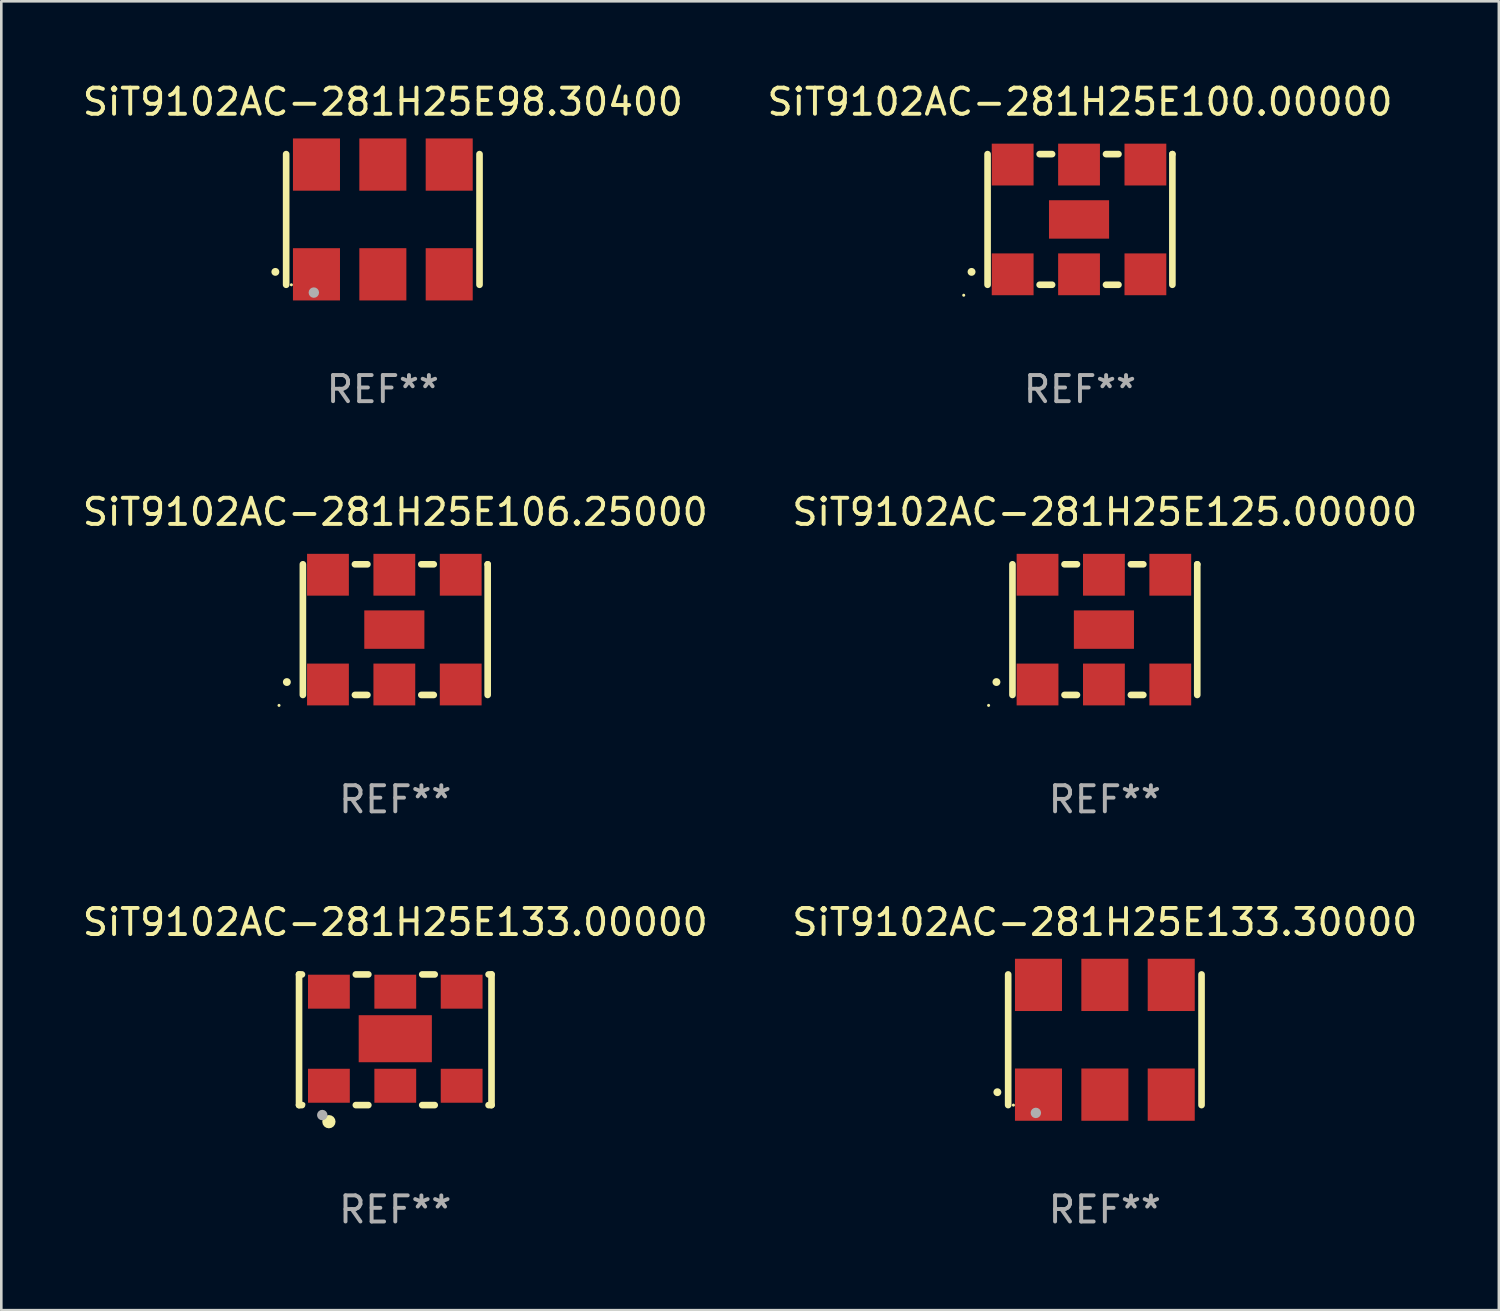
<source format=kicad_pcb>
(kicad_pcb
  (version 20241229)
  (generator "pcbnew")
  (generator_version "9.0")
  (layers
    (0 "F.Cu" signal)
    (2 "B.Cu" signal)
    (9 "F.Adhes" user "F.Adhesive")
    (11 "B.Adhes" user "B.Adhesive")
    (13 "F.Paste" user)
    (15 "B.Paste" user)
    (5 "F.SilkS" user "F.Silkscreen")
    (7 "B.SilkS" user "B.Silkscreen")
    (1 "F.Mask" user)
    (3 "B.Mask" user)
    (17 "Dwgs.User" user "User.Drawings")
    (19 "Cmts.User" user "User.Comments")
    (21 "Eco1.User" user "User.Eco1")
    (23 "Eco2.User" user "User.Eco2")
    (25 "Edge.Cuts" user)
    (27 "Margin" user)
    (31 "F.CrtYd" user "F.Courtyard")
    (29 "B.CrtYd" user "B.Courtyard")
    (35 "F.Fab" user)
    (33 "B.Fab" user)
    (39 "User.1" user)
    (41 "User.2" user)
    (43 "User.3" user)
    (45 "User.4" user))
  (footprint "SiT9102AC-281H25E100.00000"
    (layer "F.Cu")
    (at 38.28 5.348)
    (property "Reference" "SiT9102AC-281H25E100.00000" (at 0 -4.5 0) (layer "F.SilkS") (effects (font (size 1 1) (thickness 0.15))))
    (attr through_hole)
    (fp_line (start -3.536 -2.5) (end -3.536 2.5) (stroke (width 0.254) (type solid)) (layer "F.SilkS"))
    (fp_line (start -1.544 2.5) (end -1.067 2.5) (stroke (width 0.254) (type solid)) (layer "F.SilkS"))
    (fp_line (start -1.067 -2.5) (end -1.544 -2.5) (stroke (width 0.254) (type solid)) (layer "F.SilkS"))
    (fp_line (start 0.996 2.5) (end 1.473 2.5) (stroke (width 0.254) (type solid)) (layer "F.SilkS"))
    (fp_line (start 1.473 -2.5) (end 0.996 -2.5) (stroke (width 0.254) (type solid)) (layer "F.SilkS"))
    (fp_line (start 3.536 -2.5) (end 3.536 -2.5) (stroke (width 0.254) (type solid)) (layer "F.SilkS"))
    (fp_line (start 3.536 2.5) (end 3.536 -2.5) (stroke (width 0.254) (type solid)) (layer "F.SilkS"))
    (fp_arc (start -4.150432 2.006604) (mid -4.149162 2.006599) (end -4.147892 2.006604) (stroke (width 0.3) (type solid)) (layer "F.SilkS"))
    (fp_circle (center -4.449 2.9) (end -4.419 2.9) (stroke (width 0.06) (type solid)) (fill no) (layer "F.SilkS"))
    (fp_text user "REF**" (at 0 6.5 0) (layer "F.Fab") (effects (font (size 1 1) (thickness 0.15))))
    (pad "1" smd rect (at -2.576 2.1) (size 1.6 1.6) (layers "F.Cu" "F.Mask" "F.Paste"))
    (pad "2" smd rect (at -0.036 2.1) (size 1.6 1.6) (layers "F.Cu" "F.Mask" "F.Paste"))
    (pad "3" smd rect (at 2.504 2.1) (size 1.6 1.6) (layers "F.Cu" "F.Mask" "F.Paste"))
    (pad "4" smd rect (at 2.504 -2.1) (size 1.6 1.6) (layers "F.Cu" "F.Mask" "F.Paste"))
    (pad "5" smd rect (at -0.036 -2.1) (size 1.6 1.6) (layers "F.Cu" "F.Mask" "F.Paste"))
    (pad "6" smd rect (at -2.576 -2.1) (size 1.6 1.6) (layers "F.Cu" "F.Mask" "F.Paste"))
    (pad "7" smd rect (at -0.036 0) (size 2.3 1.47) (layers "F.Cu" "F.Mask" "F.Paste")))
  (footprint "SiT9102AC-281H25E98.30400"
    (layer "F.Cu")
    (at 11.601 5.348)
    (property "Reference" "SiT9102AC-281H25E98.30400" (at 0 -4.5 0) (layer "F.SilkS") (effects (font (size 1 1) (thickness 0.15))))
    (attr through_hole)
    (fp_line (start -3.7 -2.5) (end -3.7 2.5) (stroke (width 0.254) (type solid)) (layer "F.SilkS"))
    (fp_line (start 3.7 -2.5) (end 3.7 2.5) (stroke (width 0.254) (type solid)) (layer "F.SilkS"))
    (fp_arc (start -4.114415 2.006604) (mid -4.113145 2.006599) (end -4.111875 2.006604) (stroke (width 0.3) (type solid)) (layer "F.SilkS"))
    (fp_circle (center -3.5 2.501) (end -3.47 2.501) (stroke (width 0.06) (type solid)) (fill no) (layer "F.SilkS"))
    (fp_circle (center -2.641 2.799) (end -2.541 2.799) (stroke (width 0.2) (type solid)) (fill no) (layer "F.Fab"))
    (fp_text user "REF**" (at 0 6.5 0) (layer "F.Fab") (effects (font (size 1 1) (thickness 0.15))))
    (pad "1" smd rect (at -2.54 2.1) (size 1.8 2) (layers "F.Cu" "F.Mask" "F.Paste"))
    (pad "2" smd rect (at 0.000394 2.1) (size 1.8 2) (layers "F.Cu" "F.Mask" "F.Paste"))
    (pad "3" smd rect (at 2.54 2.1) (size 1.8 2) (layers "F.Cu" "F.Mask" "F.Paste"))
    (pad "4" smd rect (at 2.54 -2.1) (size 1.8 2) (layers "F.Cu" "F.Mask" "F.Paste"))
    (pad "5" smd rect (at 0.000394 -2.1) (size 1.8 2) (layers "F.Cu" "F.Mask" "F.Paste"))
    (pad "6" smd rect (at -2.54 -2.1) (size 1.8 2) (layers "F.Cu" "F.Mask" "F.Paste")))
  (footprint "SiT9102AC-281H25E125.00000"
    (layer "F.Cu")
    (at 39.232 21.045)
    (property "Reference" "SiT9102AC-281H25E125.00000" (at 0 -4.5 0) (layer "F.SilkS") (effects (font (size 1 1) (thickness 0.15))))
    (attr through_hole)
    (fp_line (start -3.536 -2.5) (end -3.536 2.5) (stroke (width 0.254) (type solid)) (layer "F.SilkS"))
    (fp_line (start -1.544 2.5) (end -1.067 2.5) (stroke (width 0.254) (type solid)) (layer "F.SilkS"))
    (fp_line (start -1.067 -2.5) (end -1.544 -2.5) (stroke (width 0.254) (type solid)) (layer "F.SilkS"))
    (fp_line (start 0.996 2.5) (end 1.473 2.5) (stroke (width 0.254) (type solid)) (layer "F.SilkS"))
    (fp_line (start 1.473 -2.5) (end 0.996 -2.5) (stroke (width 0.254) (type solid)) (layer "F.SilkS"))
    (fp_line (start 3.536 -2.5) (end 3.536 -2.5) (stroke (width 0.254) (type solid)) (layer "F.SilkS"))
    (fp_line (start 3.536 2.5) (end 3.536 -2.5) (stroke (width 0.254) (type solid)) (layer "F.SilkS"))
    (fp_arc (start -4.150432 2.006604) (mid -4.149162 2.006599) (end -4.147892 2.006604) (stroke (width 0.3) (type solid)) (layer "F.SilkS"))
    (fp_circle (center -4.449 2.9) (end -4.419 2.9) (stroke (width 0.06) (type solid)) (fill no) (layer "F.SilkS"))
    (fp_text user "REF**" (at 0 6.5 0) (layer "F.Fab") (effects (font (size 1 1) (thickness 0.15))))
    (pad "1" smd rect (at -2.576 2.1) (size 1.6 1.6) (layers "F.Cu" "F.Mask" "F.Paste"))
    (pad "2" smd rect (at -0.036 2.1) (size 1.6 1.6) (layers "F.Cu" "F.Mask" "F.Paste"))
    (pad "3" smd rect (at 2.504 2.1) (size 1.6 1.6) (layers "F.Cu" "F.Mask" "F.Paste"))
    (pad "4" smd rect (at 2.504 -2.1) (size 1.6 1.6) (layers "F.Cu" "F.Mask" "F.Paste"))
    (pad "5" smd rect (at -0.036 -2.1) (size 1.6 1.6) (layers "F.Cu" "F.Mask" "F.Paste"))
    (pad "6" smd rect (at -2.576 -2.1) (size 1.6 1.6) (layers "F.Cu" "F.Mask" "F.Paste"))
    (pad "7" smd rect (at -0.036 0) (size 2.3 1.47) (layers "F.Cu" "F.Mask" "F.Paste")))
  (footprint "SiT9102AC-281H25E133.00000"
    (layer "F.Cu")
    (at 12.077 36.741)
    (property "Reference" "SiT9102AC-281H25E133.00000" (at 0 -4.5 0) (layer "F.SilkS") (effects (font (size 1 1) (thickness 0.15))))
    (attr through_hole)
    (fp_line (start -3.683 -2.5) (end -3.571 -2.5) (stroke (width 0.254) (type solid)) (layer "F.SilkS"))
    (fp_line (start -3.683 2.5) (end -3.683 -2.5) (stroke (width 0.254) (type solid)) (layer "F.SilkS"))
    (fp_line (start -3.683 2.5) (end -3.571 2.5) (stroke (width 0.254) (type solid)) (layer "F.SilkS"))
    (fp_line (start -1.509 -2.5) (end -1.031 -2.5) (stroke (width 0.254) (type solid)) (layer "F.SilkS"))
    (fp_line (start -1.509 2.5) (end -1.031 2.5) (stroke (width 0.254) (type solid)) (layer "F.SilkS"))
    (fp_line (start 1.031 -2.5) (end 1.509 -2.5) (stroke (width 0.254) (type solid)) (layer "F.SilkS"))
    (fp_line (start 1.031 2.5) (end 1.509 2.5) (stroke (width 0.254) (type solid)) (layer "F.SilkS"))
    (fp_line (start 3.571 -2.5) (end 3.683 -2.5) (stroke (width 0.254) (type solid)) (layer "F.SilkS"))
    (fp_line (start 3.571 2.5) (end 3.683 2.5) (stroke (width 0.254) (type solid)) (layer "F.SilkS"))
    (fp_line (start 3.683 2.5) (end 3.683 -2.5) (stroke (width 0.254) (type solid)) (layer "F.SilkS"))
    (fp_circle (center -3.5 2.46) (end -3.47 2.46) (stroke (width 0.06) (type solid)) (fill no) (layer "F.SilkS"))
    (fp_circle (center -2.54 3.135) (end -2.413 3.135) (stroke (width 0.254) (type solid)) (fill no) (layer "F.SilkS"))
    (fp_circle (center -2.794 2.881) (end -2.694 2.881) (stroke (width 0.2) (type solid)) (fill no) (layer "F.Fab"))
    (fp_text user "REF**" (at 0 6.5 0) (layer "F.Fab") (effects (font (size 1 1) (thickness 0.15))))
    (pad "1" smd rect (at -2.54 1.76) (size 1.6 1.3) (layers "F.Cu" "F.Mask" "F.Paste"))
    (pad "2" smd rect (at 0 1.76) (size 1.6 1.3) (layers "F.Cu" "F.Mask" "F.Paste"))
    (pad "3" smd rect (at 2.54 1.76) (size 1.6 1.3) (layers "F.Cu" "F.Mask" "F.Paste"))
    (pad "4" smd rect (at 2.54 -1.84) (size 1.6 1.3) (layers "F.Cu" "F.Mask" "F.Paste"))
    (pad "5" smd rect (at 0 -1.84) (size 1.6 1.3) (layers "F.Cu" "F.Mask" "F.Paste"))
    (pad "6" smd rect (at -2.54 -1.84) (size 1.6 1.3) (layers "F.Cu" "F.Mask" "F.Paste"))
    (pad "7" smd rect (at 0 -0.04) (size 2.8 1.8) (layers "F.Cu" "F.Mask" "F.Paste")))
  (footprint "SiT9102AC-281H25E106.25000"
    (layer "F.Cu")
    (at 12.077 21.045)
    (property "Reference" "SiT9102AC-281H25E106.25000" (at 0 -4.5 0) (layer "F.SilkS") (effects (font (size 1 1) (thickness 0.15))))
    (attr through_hole)
    (fp_line (start -3.536 -2.5) (end -3.536 2.5) (stroke (width 0.254) (type solid)) (layer "F.SilkS"))
    (fp_line (start -1.544 2.5) (end -1.067 2.5) (stroke (width 0.254) (type solid)) (layer "F.SilkS"))
    (fp_line (start -1.067 -2.5) (end -1.544 -2.5) (stroke (width 0.254) (type solid)) (layer "F.SilkS"))
    (fp_line (start 0.996 2.5) (end 1.473 2.5) (stroke (width 0.254) (type solid)) (layer "F.SilkS"))
    (fp_line (start 1.473 -2.5) (end 0.996 -2.5) (stroke (width 0.254) (type solid)) (layer "F.SilkS"))
    (fp_line (start 3.536 -2.5) (end 3.536 -2.5) (stroke (width 0.254) (type solid)) (layer "F.SilkS"))
    (fp_line (start 3.536 2.5) (end 3.536 -2.5) (stroke (width 0.254) (type solid)) (layer "F.SilkS"))
    (fp_arc (start -4.150432 2.006604) (mid -4.149162 2.006599) (end -4.147892 2.006604) (stroke (width 0.3) (type solid)) (layer "F.SilkS"))
    (fp_circle (center -4.449 2.9) (end -4.419 2.9) (stroke (width 0.06) (type solid)) (fill no) (layer "F.SilkS"))
    (fp_text user "REF**" (at 0 6.5 0) (layer "F.Fab") (effects (font (size 1 1) (thickness 0.15))))
    (pad "1" smd rect (at -2.576 2.1) (size 1.6 1.6) (layers "F.Cu" "F.Mask" "F.Paste"))
    (pad "2" smd rect (at -0.036 2.1) (size 1.6 1.6) (layers "F.Cu" "F.Mask" "F.Paste"))
    (pad "3" smd rect (at 2.504 2.1) (size 1.6 1.6) (layers "F.Cu" "F.Mask" "F.Paste"))
    (pad "4" smd rect (at 2.504 -2.1) (size 1.6 1.6) (layers "F.Cu" "F.Mask" "F.Paste"))
    (pad "5" smd rect (at -0.036 -2.1) (size 1.6 1.6) (layers "F.Cu" "F.Mask" "F.Paste"))
    (pad "6" smd rect (at -2.576 -2.1) (size 1.6 1.6) (layers "F.Cu" "F.Mask" "F.Paste"))
    (pad "7" smd rect (at -0.036 0) (size 2.3 1.47) (layers "F.Cu" "F.Mask" "F.Paste")))
  (footprint "SiT9102AC-281H25E133.30000"
    (layer "F.Cu")
    (at 39.232 36.741)
    (property "Reference" "SiT9102AC-281H25E133.30000" (at 0 -4.5 0) (layer "F.SilkS") (effects (font (size 1 1) (thickness 0.15))))
    (attr through_hole)
    (fp_line (start -3.7 -2.5) (end -3.7 2.5) (stroke (width 0.254) (type solid)) (layer "F.SilkS"))
    (fp_line (start 3.7 -2.5) (end 3.7 2.5) (stroke (width 0.254) (type solid)) (layer "F.SilkS"))
    (fp_arc (start -4.114415 2.006604) (mid -4.113145 2.006599) (end -4.111875 2.006604) (stroke (width 0.3) (type solid)) (layer "F.SilkS"))
    (fp_circle (center -3.5 2.501) (end -3.47 2.501) (stroke (width 0.06) (type solid)) (fill no) (layer "F.SilkS"))
    (fp_circle (center -2.641 2.799) (end -2.541 2.799) (stroke (width 0.2) (type solid)) (fill no) (layer "F.Fab"))
    (fp_text user "REF**" (at 0 6.5 0) (layer "F.Fab") (effects (font (size 1 1) (thickness 0.15))))
    (pad "1" smd rect (at -2.54 2.1) (size 1.8 2) (layers "F.Cu" "F.Mask" "F.Paste"))
    (pad "2" smd rect (at 0.000394 2.1) (size 1.8 2) (layers "F.Cu" "F.Mask" "F.Paste"))
    (pad "3" smd rect (at 2.54 2.1) (size 1.8 2) (layers "F.Cu" "F.Mask" "F.Paste"))
    (pad "4" smd rect (at 2.54 -2.1) (size 1.8 2) (layers "F.Cu" "F.Mask" "F.Paste"))
    (pad "5" smd rect (at 0.000394 -2.1) (size 1.8 2) (layers "F.Cu" "F.Mask" "F.Paste"))
    (pad "6" smd rect (at -2.54 -2.1) (size 1.8 2) (layers "F.Cu" "F.Mask" "F.Paste")))
  (gr_rect
    (start -3 -3)
    (end 54.31 47.09)
    (stroke (width 0.1) (type default))
    (fill no)
    (layer "Edge.Cuts")))
</source>
